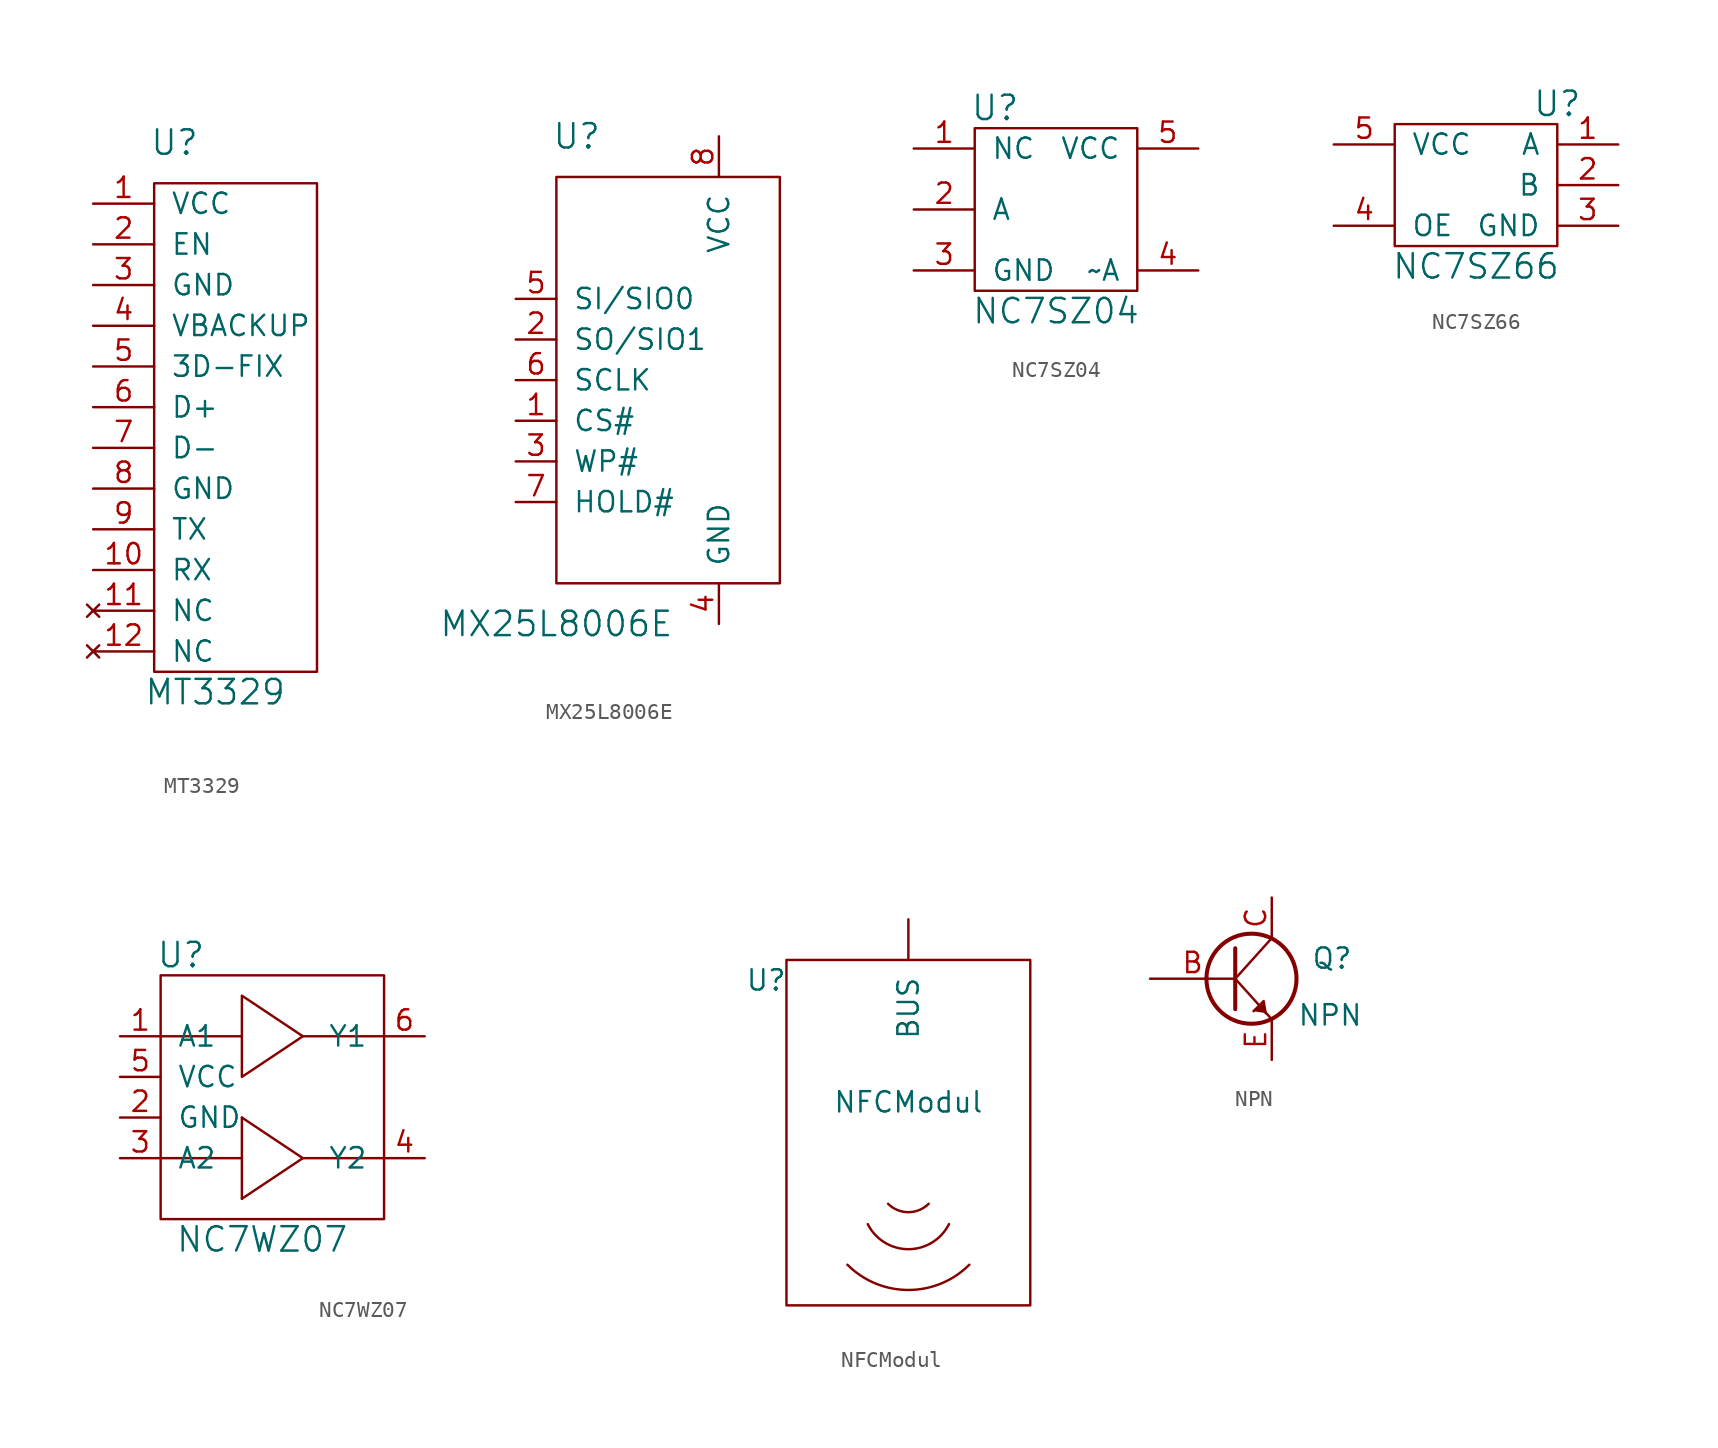
<source format=kicad_sym>
(kicad_symbol_lib
  (version 20210619)
  (generator kicad_symbol_editor)
  (symbol "tinkerforge:MT3329"
    (pin_names
      (offset 1.016))
    (property "Reference" "U"
      (at -3.81 15.24 0)
      (effects (font (size 1.524 1.524))))
    (property "Value" "MT3329"
      (at -1.27 -19.05 0)
      (effects (font (size 1.524 1.524))))
    (property "Footprint" ""
      (at 0 0 0)
      (effects (font (size 1.524 1.524))))
    (property "Datasheet" ""
      (at 0 0 0)
      (effects (font (size 1.524 1.524))))
    (symbol "MT3329_0_1"
      (rectangle (start -5.08 12.7) (end 5.08 -17.78) (stroke (width 0)) (fill (type none))))
    (symbol "MT3329_1_1"
      (pin passive line (at -8.89 11.43 0) (length 3.81) (name "VCC" (effects (font (size 1.27 1.27)))) (number "1" (effects (font (size 1.27 1.27)))))
      (pin passive line (at -8.89 -11.43 0) (length 3.81) (name "RX" (effects (font (size 1.27 1.27)))) (number "10" (effects (font (size 1.27 1.27)))))
      (pin no_connect line (at -8.89 -13.97 0) (length 3.81) (name "NC" (effects (font (size 1.27 1.27)))) (number "11" (effects (font (size 1.27 1.27)))))
      (pin no_connect line (at -8.89 -16.51 0) (length 3.81) (name "NC" (effects (font (size 1.27 1.27)))) (number "12" (effects (font (size 1.27 1.27)))))
      (pin passive line (at -8.89 8.89 0) (length 3.81) (name "EN" (effects (font (size 1.27 1.27)))) (number "2" (effects (font (size 1.27 1.27)))))
      (pin passive line (at -8.89 6.35 0) (length 3.81) (name "GND" (effects (font (size 1.27 1.27)))) (number "3" (effects (font (size 1.27 1.27)))))
      (pin passive line (at -8.89 3.81 0) (length 3.81) (name "VBACKUP" (effects (font (size 1.27 1.27)))) (number "4" (effects (font (size 1.27 1.27)))))
      (pin passive line (at -8.89 1.27 0) (length 3.81) (name "3D-FIX" (effects (font (size 1.27 1.27)))) (number "5" (effects (font (size 1.27 1.27)))))
      (pin passive line (at -8.89 -1.27 0) (length 3.81) (name "D+" (effects (font (size 1.27 1.27)))) (number "6" (effects (font (size 1.27 1.27)))))
      (pin passive line (at -8.89 -3.81 0) (length 3.81) (name "D-" (effects (font (size 1.27 1.27)))) (number "7" (effects (font (size 1.27 1.27)))))
      (pin passive line (at -8.89 -6.35 0) (length 3.81) (name "GND" (effects (font (size 1.27 1.27)))) (number "8" (effects (font (size 1.27 1.27)))))
      (pin passive line (at -8.89 -8.89 0) (length 3.81) (name "TX" (effects (font (size 1.27 1.27)))) (number "9" (effects (font (size 1.27 1.27)))))))
  (symbol "tinkerforge:MX25L8006E"
    (pin_names
      (offset 1.016))
    (property "Reference" "U"
      (at -8.89 15.24 0)
      (effects (font (size 1.524 1.524))))
    (property "Value" "MX25L8006E"
      (at -10.16 -15.24 0)
      (effects (font (size 1.524 1.524))))
    (symbol "MX25L8006E_0_1"
      (rectangle (start -10.16 12.7) (end 3.81 -12.7) (stroke (width 0)) (fill (type none))))
    (symbol "MX25L8006E_1_1"
      (pin input line (at -12.7 -2.54 0) (length 2.54) (name "CS#" (effects (font (size 1.27 1.27)))) (number "1" (effects (font (size 1.27 1.27)))))
      (pin input line (at -12.7 2.54 0) (length 2.54) (name "SO/SIO1" (effects (font (size 1.27 1.27)))) (number "2" (effects (font (size 1.27 1.27)))))
      (pin input line (at -12.7 -5.08 0) (length 2.54) (name "WP#" (effects (font (size 1.27 1.27)))) (number "3" (effects (font (size 1.27 1.27)))))
      (pin input line (at 0 -15.24 90) (length 2.54) (name "GND" (effects (font (size 1.27 1.27)))) (number "4" (effects (font (size 1.27 1.27)))))
      (pin input line (at -12.7 5.08 0) (length 2.54) (name "SI/SIO0" (effects (font (size 1.27 1.27)))) (number "5" (effects (font (size 1.27 1.27)))))
      (pin input line (at -12.7 0 0) (length 2.54) (name "SCLK" (effects (font (size 1.27 1.27)))) (number "6" (effects (font (size 1.27 1.27)))))
      (pin input line (at -12.7 -7.62 0) (length 2.54) (name "HOLD#" (effects (font (size 1.27 1.27)))) (number "7" (effects (font (size 1.27 1.27)))))
      (pin input line (at 0 15.24 270) (length 2.54) (name "VCC" (effects (font (size 1.27 1.27)))) (number "8" (effects (font (size 1.27 1.27)))))))
  (symbol "tinkerforge:NC7SZ04"
    (pin_names
      (offset 1.016))
    (property "Reference" "U"
      (at -3.81 6.35 0)
      (effects (font (size 1.524 1.524))))
    (property "Value" "NC7SZ04"
      (at 0 -6.35 0)
      (effects (font (size 1.524 1.524))))
    (property "Footprint" ""
      (at 0 0 0)
      (effects (font (size 1.524 1.524))))
    (property "Datasheet" ""
      (at 0 0 0)
      (effects (font (size 1.524 1.524))))
    (symbol "NC7SZ04_0_1"
      (rectangle (start -5.08 5.08) (end 5.08 -5.08) (stroke (width 0)) (fill (type none))))
    (symbol "NC7SZ04_1_1"
      (pin passive line (at -8.89 3.81 0) (length 3.81) (name "NC" (effects (font (size 1.27 1.27)))) (number "1" (effects (font (size 1.27 1.27)))))
      (pin passive line (at -8.89 0 0) (length 3.81) (name "A" (effects (font (size 1.27 1.27)))) (number "2" (effects (font (size 1.27 1.27)))))
      (pin passive line (at -8.89 -3.81 0) (length 3.81) (name "GND" (effects (font (size 1.27 1.27)))) (number "3" (effects (font (size 1.27 1.27)))))
      (pin passive line (at 8.89 -3.81 180) (length 3.81) (name "~A" (effects (font (size 1.27 1.27)))) (number "4" (effects (font (size 1.27 1.27)))))
      (pin passive line (at 8.89 3.81 180) (length 3.81) (name "VCC" (effects (font (size 1.27 1.27)))) (number "5" (effects (font (size 1.27 1.27)))))))
  (symbol "tinkerforge:NC7SZ66"
    (pin_names
      (offset 1.016))
    (property "Reference" "U"
      (at 5.08 5.08 0)
      (effects (font (size 1.524 1.524))))
    (property "Value" "NC7SZ66"
      (at 0 -5.08 0)
      (effects (font (size 1.524 1.524))))
    (property "Footprint" ""
      (at 0 0 0)
      (effects (font (size 1.524 1.524))))
    (property "Datasheet" ""
      (at 0 0 0)
      (effects (font (size 1.524 1.524))))
    (symbol "NC7SZ66_0_1"
      (rectangle (start -5.08 3.81) (end 5.08 -3.81) (stroke (width 0)) (fill (type none))))
    (symbol "NC7SZ66_1_1"
      (pin passive line (at 8.89 2.54 180) (length 3.81) (name "A" (effects (font (size 1.27 1.27)))) (number "1" (effects (font (size 1.27 1.27)))))
      (pin passive line (at 8.89 0 180) (length 3.81) (name "B" (effects (font (size 1.27 1.27)))) (number "2" (effects (font (size 1.27 1.27)))))
      (pin passive line (at 8.89 -2.54 180) (length 3.81) (name "GND" (effects (font (size 1.27 1.27)))) (number "3" (effects (font (size 1.27 1.27)))))
      (pin passive line (at -8.89 -2.54 0) (length 3.81) (name "OE" (effects (font (size 1.27 1.27)))) (number "4" (effects (font (size 1.27 1.27)))))
      (pin passive line (at -8.89 2.54 0) (length 3.81) (name "VCC" (effects (font (size 1.27 1.27)))) (number "5" (effects (font (size 1.27 1.27)))))))
  (symbol "tinkerforge:NC7WZ07"
    (pin_names
      (offset 1.016))
    (property "Reference" "U"
      (at -5.08 8.89 0)
      (effects (font (size 1.524 1.524))))
    (property "Value" "NC7WZ07"
      (at 0 -8.89 0)
      (effects (font (size 1.524 1.524))))
    (property "Footprint" ""
      (at 21.59 11.43 0)
      (effects (font (size 1.524 1.524))))
    (property "Datasheet" ""
      (at 21.59 11.43 0)
      (effects (font (size 1.524 1.524))))
    (symbol "NC7WZ07_0_1"
      (rectangle (start -6.35 7.62) (end 7.62 -7.62) (stroke (width 0)) (fill (type none)))
      (polyline (pts (xy -1.27 -3.81) (xy -1.27 -6.35)) (stroke (width 0)) (fill (type none)))
      (polyline (pts (xy 2.54 -3.81) (xy 7.62 -3.81)) (stroke (width 0)) (fill (type none)))
      (polyline (pts (xy 2.54 3.81) (xy 7.62 3.81)) (stroke (width 0)) (fill (type none)))
      (polyline (pts (xy -6.35 -3.81) (xy -1.27 -3.81) (xy -1.27 -1.27)) (stroke (width 0)) (fill (type none)))
      (polyline (pts (xy -1.27 -6.35) (xy 2.54 -3.81) (xy -1.27 -1.27)) (stroke (width 0)) (fill (type none)))
      (polyline (pts (xy -6.35 3.81) (xy -1.27 3.81) (xy -1.27 6.35) (xy -1.27 1.27) (xy 2.54 3.81) (xy -1.27 6.35)) (stroke (width 0)) (fill (type none))))
    (symbol "NC7WZ07_1_1"
      (pin bidirectional line (at -8.89 3.81 0) (length 2.54) (name "A1" (effects (font (size 1.27 1.27)))) (number "1" (effects (font (size 1.27 1.27)))))
      (pin bidirectional line (at -8.89 -1.27 0) (length 2.54) (name "GND" (effects (font (size 1.27 1.27)))) (number "2" (effects (font (size 1.27 1.27)))))
      (pin bidirectional line (at -8.89 -3.81 0) (length 2.54) (name "A2" (effects (font (size 1.27 1.27)))) (number "3" (effects (font (size 1.27 1.27)))))
      (pin bidirectional line (at 10.16 -3.81 180) (length 2.54) (name "Y2" (effects (font (size 1.27 1.27)))) (number "4" (effects (font (size 1.27 1.27)))))
      (pin bidirectional line (at -8.89 1.27 0) (length 2.54) (name "VCC" (effects (font (size 1.27 1.27)))) (number "5" (effects (font (size 1.27 1.27)))))
      (pin bidirectional line (at 10.16 3.81 180) (length 2.54) (name "Y1" (effects (font (size 1.27 1.27)))) (number "6" (effects (font (size 1.27 1.27)))))))
  (symbol "tinkerforge:NFCModul"
    (pin_names
      (offset 1.016))
    (property "Reference" "U"
      (at -8.89 7.62 0)
      (effects (font (size 1.27 1.27))))
    (property "Value" "NFCModul"
      (at 0 0 0)
      (effects (font (size 1.27 1.27))))
    (symbol "NFCModul_0_1"
      (arc (start -2.54 -7.62) (end 2.54 -7.62) (radius (at 0 -6.35) (length 2.8448) (angles -153.4 -26.6)) (stroke (width 0)) (fill (type none)))
      (arc (start -3.81 -10.16) (end 3.81 -10.16) (radius (at 0 -6.35) (length 5.3848) (angles -135 -45)) (stroke (width 0)) (fill (type none)))
      (arc (start -1.27 -6.35) (end 1.27 -6.35) (radius (at 0 -5.08) (length 1.8034) (angles -135 -45)) (stroke (width 0)) (fill (type none)))
      (rectangle (start -7.62 8.89) (end 7.62 -12.7) (stroke (width 0)) (fill (type none))))
    (symbol "NFCModul_1_1"
      (pin output line (at 0 11.43 270) (length 2.54) (name "BUS" (effects (font (size 1.27 1.27)))) (number "~" (effects (font (size 1.27 1.27)))))))
  (symbol "tinkerforge:NPN"
    (pin_names
      (offset 0) hide)
    (property "Reference" "Q"
      (at 7.62 1.27 0)
      (effects (font (size 1.27 1.27)) (justify right)))
    (property "Value" "NPN"
      (at 8.255 -2.286 0)
      (effects (font (size 1.27 1.27)) (justify right)))
    (property "Footprint" ""
      (at 5.08 2.54 0)
      (effects (font (size 1.27 1.27))))
    (property "Datasheet" ""
      (at 0 0 0)
      (effects (font (size 1.27 1.27))))
    (symbol "NPN_0_1"
      (circle (center 1.27 0) (radius 2.819) (stroke (width 0.254)) (fill (type none)))
      (polyline (pts (xy 0.254 0) (xy 2.54 -2.54)) (stroke (width 0)) (fill (type none)))
      (polyline (pts (xy 0.254 0) (xy 2.54 2.54)) (stroke (width 0)) (fill (type none)))
      (polyline (pts (xy 0.254 1.905) (xy 0.254 -1.905) (xy 0.254 -1.905)) (stroke (width 0.254)) (fill (type none)))
      (polyline (pts (xy 1.397 -2.032) (xy 2.032 -1.397) (xy 2.159 -2.159)) (stroke (width 0)) (fill (type outline))))
    (symbol "NPN_1_1"
      (pin input line (at -5.08 0 0) (length 5.334) (name "B" (effects (font (size 1.27 1.27)))) (number "B" (effects (font (size 1.27 1.27)))))
      (pin passive line (at 2.54 5.08 270) (length 2.54) (name "C" (effects (font (size 1.27 1.27)))) (number "C" (effects (font (size 1.27 1.27)))))
      (pin passive line (at 2.54 -5.08 90) (length 2.54) (name "E" (effects (font (size 1.27 1.27)))) (number "E" (effects (font (size 1.27 1.27))))))))
</source>
